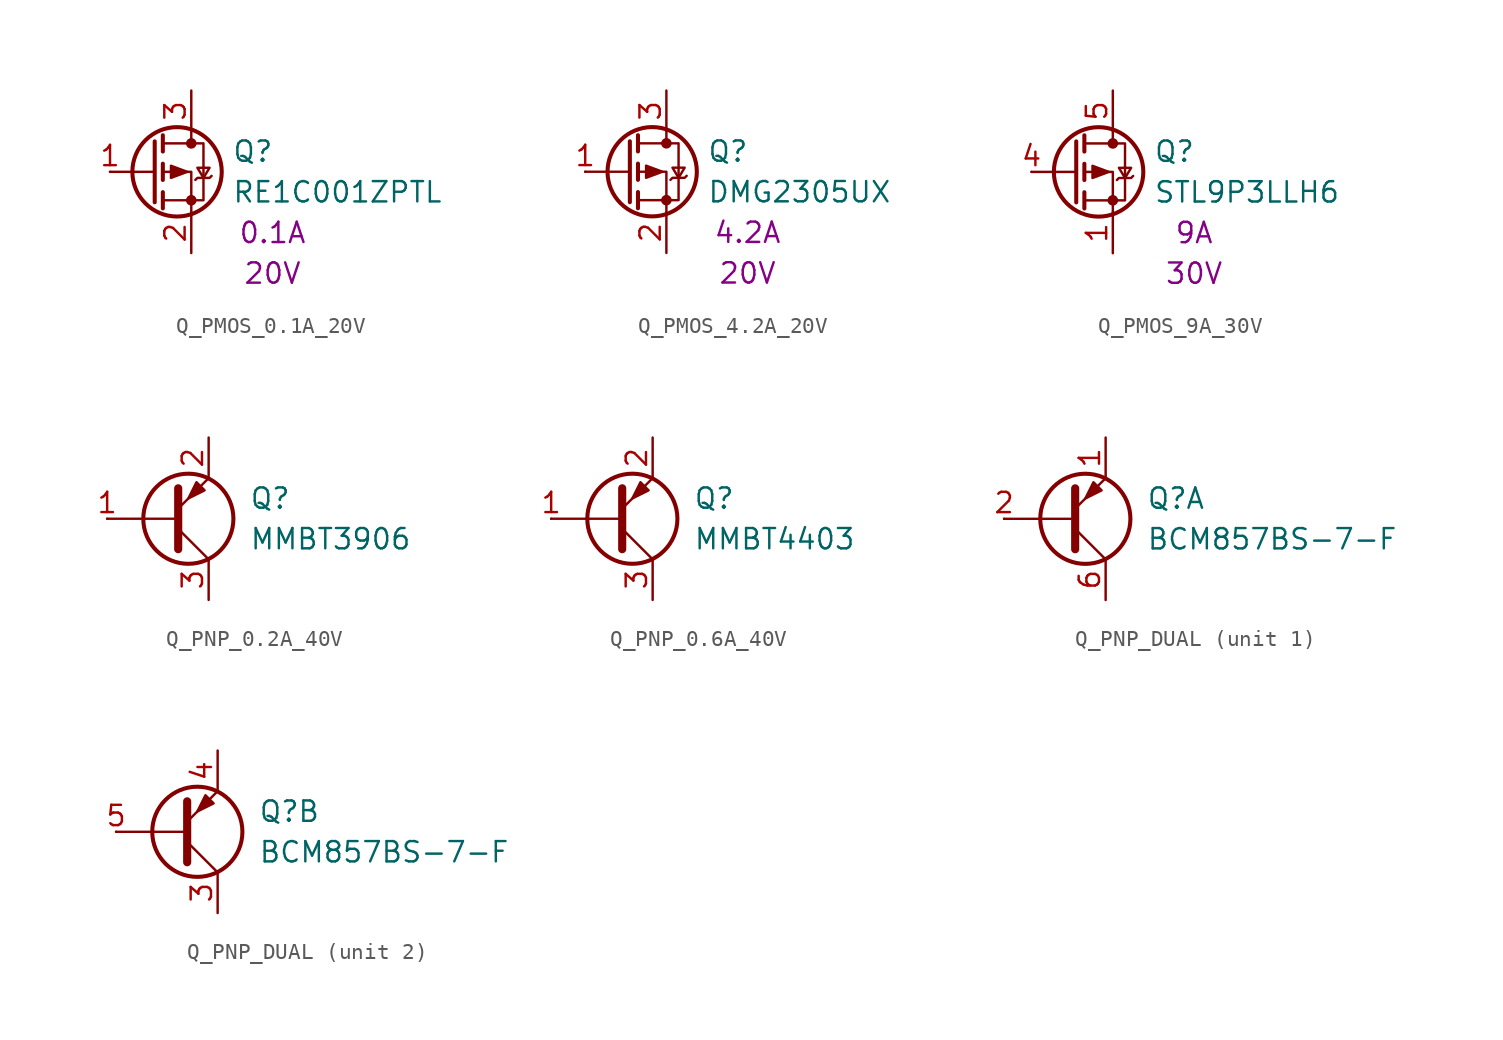
<source format=kicad_sym>
(kicad_symbol_lib
  (version 20241209)
  (generator "kicad_symbol_editor")
  (generator_version "9.0")
  (symbol "Q_PMOS_0.1A_20V"
    (pin_names
      (offset 0)
      (hide yes))
    (property "Reference" "Q"
      (at 5.08 1.27 0)
      (effects (font (size 1.27 1.27)) (justify left)))
    (property "Value" "RE1C001ZPTL"
      (at 5.08 -1.27 0)
      (effects (font (size 1.27 1.27)) (justify left)))
    (property "IMax" "0.1A"
      (at 7.62 -3.81 0)
      (effects (font (size 1.27 1.27))))
    (property "VMax" "20V"
      (at 7.62 -6.35 0)
      (effects (font (size 1.27 1.27))))
    (symbol "Q_PMOS_0.1A_20V_0_1"
      (polyline (pts (xy 0.254 1.905) (xy 0.254 -1.905)) (stroke (width 0.254) (type default)) (fill (type none)))
      (polyline (pts (xy 0.254 0) (xy -2.54 0)) (stroke (width 0) (type default)) (fill (type none)))
      (polyline (pts (xy 0.762 2.286) (xy 0.762 1.27)) (stroke (width 0.254) (type default)) (fill (type none)))
      (polyline (pts (xy 0.762 1.778) (xy 3.302 1.778) (xy 3.302 -1.778) (xy 0.762 -1.778)) (stroke (width 0) (type default)) (fill (type none)))
      (polyline (pts (xy 0.762 0.508) (xy 0.762 -0.508)) (stroke (width 0.254) (type default)) (fill (type none)))
      (polyline (pts (xy 0.762 -1.27) (xy 0.762 -2.286)) (stroke (width 0.254) (type default)) (fill (type none)))
      (circle (center 1.651 0) (radius 2.794) (stroke (width 0.254) (type default)) (fill (type none)))
      (polyline (pts (xy 2.286 0) (xy 1.27 0.381) (xy 1.27 -0.381) (xy 2.286 0)) (stroke (width 0) (type default)) (fill (type outline)))
      (polyline (pts (xy 2.54 2.54) (xy 2.54 1.778)) (stroke (width 0) (type default)) (fill (type none)))
      (circle (center 2.54 1.778) (radius 0.254) (stroke (width 0) (type default)) (fill (type outline)))
      (circle (center 2.54 -1.778) (radius 0.254) (stroke (width 0) (type default)) (fill (type outline)))
      (polyline (pts (xy 2.54 -2.54) (xy 2.54 0) (xy 0.762 0)) (stroke (width 0) (type default)) (fill (type none)))
      (polyline (pts (xy 2.794 -0.508) (xy 2.921 -0.381) (xy 3.683 -0.381) (xy 3.81 -0.254)) (stroke (width 0) (type default)) (fill (type none)))
      (polyline (pts (xy 3.302 -0.381) (xy 2.921 0.254) (xy 3.683 0.254) (xy 3.302 -0.381)) (stroke (width 0) (type default)) (fill (type none))))
    (symbol "Q_PMOS_0.1A_20V_1_1"
      (pin input line (at -2.54 0 0) (length 0) (name "G" (effects (font (size 1.27 1.27)))) (number "1" (effects (font (size 1.27 1.27)))))
      (pin passive line (at 2.54 5.08 270) (length 2.54) (name "D" (effects (font (size 1.27 1.27)))) (number "3" (effects (font (size 1.27 1.27)))))
      (pin passive line (at 2.54 -5.08 90) (length 2.54) (name "S" (effects (font (size 1.27 1.27)))) (number "2" (effects (font (size 1.27 1.27)))))))
  (symbol "Q_PMOS_4.2A_20V"
    (pin_names
      (offset 0)
      (hide yes))
    (property "Reference" "Q"
      (at 5.08 1.27 0)
      (effects (font (size 1.27 1.27)) (justify left)))
    (property "Value" "DMG2305UX"
      (at 5.08 -1.27 0)
      (effects (font (size 1.27 1.27)) (justify left)))
    (property "IMax" "4.2A"
      (at 7.62 -3.81 0)
      (effects (font (size 1.27 1.27))))
    (property "VMax" "20V"
      (at 7.62 -6.35 0)
      (effects (font (size 1.27 1.27))))
    (symbol "Q_PMOS_4.2A_20V_0_1"
      (polyline (pts (xy 0.254 1.905) (xy 0.254 -1.905)) (stroke (width 0.254) (type default)) (fill (type none)))
      (polyline (pts (xy 0.254 0) (xy -2.54 0)) (stroke (width 0) (type default)) (fill (type none)))
      (polyline (pts (xy 0.762 2.286) (xy 0.762 1.27)) (stroke (width 0.254) (type default)) (fill (type none)))
      (polyline (pts (xy 0.762 1.778) (xy 3.302 1.778) (xy 3.302 -1.778) (xy 0.762 -1.778)) (stroke (width 0) (type default)) (fill (type none)))
      (polyline (pts (xy 0.762 0.508) (xy 0.762 -0.508)) (stroke (width 0.254) (type default)) (fill (type none)))
      (polyline (pts (xy 0.762 -1.27) (xy 0.762 -2.286)) (stroke (width 0.254) (type default)) (fill (type none)))
      (circle (center 1.651 0) (radius 2.794) (stroke (width 0.254) (type default)) (fill (type none)))
      (polyline (pts (xy 2.286 0) (xy 1.27 0.381) (xy 1.27 -0.381) (xy 2.286 0)) (stroke (width 0) (type default)) (fill (type outline)))
      (polyline (pts (xy 2.54 2.54) (xy 2.54 1.778)) (stroke (width 0) (type default)) (fill (type none)))
      (circle (center 2.54 1.778) (radius 0.254) (stroke (width 0) (type default)) (fill (type outline)))
      (circle (center 2.54 -1.778) (radius 0.254) (stroke (width 0) (type default)) (fill (type outline)))
      (polyline (pts (xy 2.54 -2.54) (xy 2.54 0) (xy 0.762 0)) (stroke (width 0) (type default)) (fill (type none)))
      (polyline (pts (xy 2.794 -0.508) (xy 2.921 -0.381) (xy 3.683 -0.381) (xy 3.81 -0.254)) (stroke (width 0) (type default)) (fill (type none)))
      (polyline (pts (xy 3.302 -0.381) (xy 2.921 0.254) (xy 3.683 0.254) (xy 3.302 -0.381)) (stroke (width 0) (type default)) (fill (type none))))
    (symbol "Q_PMOS_4.2A_20V_1_1"
      (pin input line (at -2.54 0 0) (length 0) (name "G" (effects (font (size 1.27 1.27)))) (number "1" (effects (font (size 1.27 1.27)))))
      (pin passive line (at 2.54 5.08 270) (length 2.54) (name "D" (effects (font (size 1.27 1.27)))) (number "3" (effects (font (size 1.27 1.27)))))
      (pin passive line (at 2.54 -5.08 90) (length 2.54) (name "S" (effects (font (size 1.27 1.27)))) (number "2" (effects (font (size 1.27 1.27)))))))
  (symbol "Q_PMOS_9A_30V"
    (pin_names
      (offset 0)
      (hide yes))
    (property "Reference" "Q"
      (at 5.08 1.27 0)
      (effects (font (size 1.27 1.27)) (justify left)))
    (property "Value" "STL9P3LLH6"
      (at 5.08 -1.27 0)
      (effects (font (size 1.27 1.27)) (justify left)))
    (property "IMax" "9A"
      (at 7.62 -3.81 0)
      (effects (font (size 1.27 1.27))))
    (property "VMax" "30V"
      (at 7.62 -6.35 0)
      (effects (font (size 1.27 1.27))))
    (symbol "Q_PMOS_9A_30V_0_1"
      (polyline (pts (xy 0.254 1.905) (xy 0.254 -1.905)) (stroke (width 0.254) (type default)) (fill (type none)))
      (polyline (pts (xy 0.762 2.286) (xy 0.762 1.27)) (stroke (width 0.254) (type default)) (fill (type none)))
      (polyline (pts (xy 0.762 1.778) (xy 3.302 1.778) (xy 3.302 -1.778) (xy 0.762 -1.778)) (stroke (width 0) (type default)) (fill (type none)))
      (polyline (pts (xy 0.762 0.508) (xy 0.762 -0.508)) (stroke (width 0.254) (type default)) (fill (type none)))
      (polyline (pts (xy 0.762 -1.27) (xy 0.762 -2.286)) (stroke (width 0.254) (type default)) (fill (type none)))
      (circle (center 1.651 0) (radius 2.794) (stroke (width 0.254) (type default)) (fill (type none)))
      (polyline (pts (xy 2.286 0) (xy 1.27 0.381) (xy 1.27 -0.381) (xy 2.286 0)) (stroke (width 0) (type default)) (fill (type outline)))
      (polyline (pts (xy 2.54 2.54) (xy 2.54 1.778)) (stroke (width 0) (type default)) (fill (type none)))
      (circle (center 2.54 1.778) (radius 0.254) (stroke (width 0) (type default)) (fill (type outline)))
      (circle (center 2.54 -1.778) (radius 0.254) (stroke (width 0) (type default)) (fill (type outline)))
      (polyline (pts (xy 2.54 -2.54) (xy 2.54 0) (xy 0.762 0)) (stroke (width 0) (type default)) (fill (type none)))
      (polyline (pts (xy 2.794 -0.508) (xy 2.921 -0.381) (xy 3.683 -0.381) (xy 3.81 -0.254)) (stroke (width 0) (type default)) (fill (type none)))
      (polyline (pts (xy 3.302 -0.381) (xy 2.921 0.254) (xy 3.683 0.254) (xy 3.302 -0.381)) (stroke (width 0) (type default)) (fill (type none))))
    (symbol "Q_PMOS_9A_30V_1_1"
      (polyline (pts (xy 0.254 0) (xy -2.54 0)) (stroke (width 0) (type default)) (fill (type none)))
      (pin input line (at -2.54 0 0) (length 0) (name "G" (effects (font (size 1.27 1.27)))) (number "4" (effects (font (size 1.27 1.27)))))
      (pin passive line (at 2.54 5.08 270) (length 2.54) (name "D" (effects (font (size 1.27 1.27)))) (number "5" (effects (font (size 1.27 1.27)))))
      (pin passive line (at 2.54 -5.08 90) (length 2.54) (name "S" (effects (font (size 1.27 1.27)))) (number "1" (effects (font (size 1.27 1.27)))))
      (pin passive line (at 2.54 -5.08 90) (length 2.54) (hide yes) (name "S" (effects (font (size 1.27 1.27)))) (number "2" (effects (font (size 1.27 1.27)))))
      (pin passive line (at 2.54 -5.08 90) (length 2.54) (hide yes) (name "S" (effects (font (size 1.27 1.27)))) (number "3" (effects (font (size 1.27 1.27)))))))
  (symbol "Q_PNP_0.2A_40V"
    (pin_names
      (offset 0)
      (hide yes))
    (property "Reference" "Q"
      (at 5.08 1.27 0)
      (effects (font (size 1.27 1.27)) (justify left)))
    (property "Value" "MMBT3906"
      (at 5.08 -1.27 0)
      (effects (font (size 1.27 1.27)) (justify left)))
    (symbol "Q_PNP_0.2A_40V_0_1"
      (polyline (pts (xy 0.635 0.635) (xy 2.54 2.54) (xy 2.54 2.54)) (stroke (width 0) (type default)) (fill (type none)))
      (polyline (pts (xy 0.635 -0.635) (xy 2.54 -2.54)) (stroke (width 0) (type default)) (fill (type none)))
      (polyline (pts (xy 0.635 -1.905) (xy 0.635 1.905) (xy 0.635 1.905)) (stroke (width 0.508) (type default)) (fill (type none)))
      (circle (center 1.27 0) (radius 2.819) (stroke (width 0.254) (type default)) (fill (type none)))
      (polyline (pts (xy 2.286 1.778) (xy 1.778 2.286) (xy 1.27 1.27) (xy 2.286 1.778) (xy 2.286 1.778)) (stroke (width 0) (type default)) (fill (type outline))))
    (symbol "Q_PNP_0.2A_40V_1_1"
      (polyline (pts (xy -3.81 0) (xy 0.635 0)) (stroke (width 0) (type default)) (fill (type none)))
      (pin input line (at -3.81 0 0) (length 0) (name "B" (effects (font (size 1.27 1.27)))) (number "1" (effects (font (size 1.27 1.27)))))
      (pin passive line (at 2.54 5.08 270) (length 2.54) (name "E" (effects (font (size 1.27 1.27)))) (number "2" (effects (font (size 1.27 1.27)))))
      (pin passive line (at 2.54 -5.08 90) (length 2.54) (name "C" (effects (font (size 1.27 1.27)))) (number "3" (effects (font (size 1.27 1.27)))))))
  (symbol "Q_PNP_0.6A_40V"
    (pin_names
      (offset 0)
      (hide yes))
    (property "Reference" "Q"
      (at 5.08 1.27 0)
      (effects (font (size 1.27 1.27)) (justify left)))
    (property "Value" "MMBT4403"
      (at 5.08 -1.27 0)
      (effects (font (size 1.27 1.27)) (justify left)))
    (symbol "Q_PNP_0.6A_40V_0_1"
      (polyline (pts (xy 0.635 0.635) (xy 2.54 2.54) (xy 2.54 2.54)) (stroke (width 0) (type default)) (fill (type none)))
      (polyline (pts (xy 0.635 -0.635) (xy 2.54 -2.54)) (stroke (width 0) (type default)) (fill (type none)))
      (polyline (pts (xy 0.635 -1.905) (xy 0.635 1.905) (xy 0.635 1.905)) (stroke (width 0.508) (type default)) (fill (type none)))
      (circle (center 1.27 0) (radius 2.819) (stroke (width 0.254) (type default)) (fill (type none)))
      (polyline (pts (xy 2.286 1.778) (xy 1.778 2.286) (xy 1.27 1.27) (xy 2.286 1.778) (xy 2.286 1.778)) (stroke (width 0) (type default)) (fill (type outline))))
    (symbol "Q_PNP_0.6A_40V_1_1"
      (polyline (pts (xy -3.81 0) (xy 0.635 0)) (stroke (width 0) (type default)) (fill (type none)))
      (pin input line (at -3.81 0 0) (length 0) (name "B" (effects (font (size 1.27 1.27)))) (number "1" (effects (font (size 1.27 1.27)))))
      (pin passive line (at 2.54 5.08 270) (length 2.54) (name "E" (effects (font (size 1.27 1.27)))) (number "2" (effects (font (size 1.27 1.27)))))
      (pin passive line (at 2.54 -5.08 90) (length 2.54) (name "C" (effects (font (size 1.27 1.27)))) (number "3" (effects (font (size 1.27 1.27)))))))
  (symbol "Q_PNP_DUAL"
    (pin_names
      (offset 0)
      (hide yes))
    (property "Reference" "Q"
      (at 5.08 1.27 0)
      (effects (font (size 1.27 1.27)) (justify left)))
    (property "Value" "BCM857BS-7-F"
      (at 5.08 -1.27 0)
      (effects (font (size 1.27 1.27)) (justify left)))
    (property "ki_locked" ""
      (at 0 0 0)
      (effects (font (size 1.27 1.27))))
    (symbol "Q_PNP_DUAL_0_1"
      (polyline (pts (xy 0.635 0.635) (xy 2.54 2.54) (xy 2.54 2.54)) (stroke (width 0) (type default)) (fill (type none)))
      (polyline (pts (xy 0.635 -0.635) (xy 2.54 -2.54)) (stroke (width 0) (type default)) (fill (type none)))
      (polyline (pts (xy 0.635 -1.905) (xy 0.635 1.905) (xy 0.635 1.905)) (stroke (width 0.508) (type default)) (fill (type none)))
      (circle (center 1.27 0) (radius 2.819) (stroke (width 0.254) (type default)) (fill (type none)))
      (polyline (pts (xy 2.286 1.778) (xy 1.778 2.286) (xy 1.27 1.27) (xy 2.286 1.778) (xy 2.286 1.778)) (stroke (width 0) (type default)) (fill (type outline))))
    (symbol "Q_PNP_DUAL_1_1"
      (polyline (pts (xy -3.81 0) (xy 0.635 0)) (stroke (width 0) (type default)) (fill (type none)))
      (pin input line (at -3.81 0 0) (length 0) (name "B" (effects (font (size 1.27 1.27)))) (number "2" (effects (font (size 1.27 1.27)))))
      (pin passive line (at 2.54 5.08 270) (length 2.54) (name "E" (effects (font (size 1.27 1.27)))) (number "1" (effects (font (size 1.27 1.27)))))
      (pin passive line (at 2.54 -5.08 90) (length 2.54) (name "C" (effects (font (size 1.27 1.27)))) (number "6" (effects (font (size 1.27 1.27))))))
    (symbol "Q_PNP_DUAL_2_1"
      (polyline (pts (xy -3.81 0) (xy 0.635 0)) (stroke (width 0) (type default)) (fill (type none)))
      (pin input line (at -3.81 0 0) (length 0) (name "B" (effects (font (size 1.27 1.27)))) (number "5" (effects (font (size 1.27 1.27)))))
      (pin passive line (at 2.54 5.08 270) (length 2.54) (name "E" (effects (font (size 1.27 1.27)))) (number "4" (effects (font (size 1.27 1.27)))))
      (pin passive line (at 2.54 -5.08 90) (length 2.54) (name "C" (effects (font (size 1.27 1.27)))) (number "3" (effects (font (size 1.27 1.27))))))))
</source>
